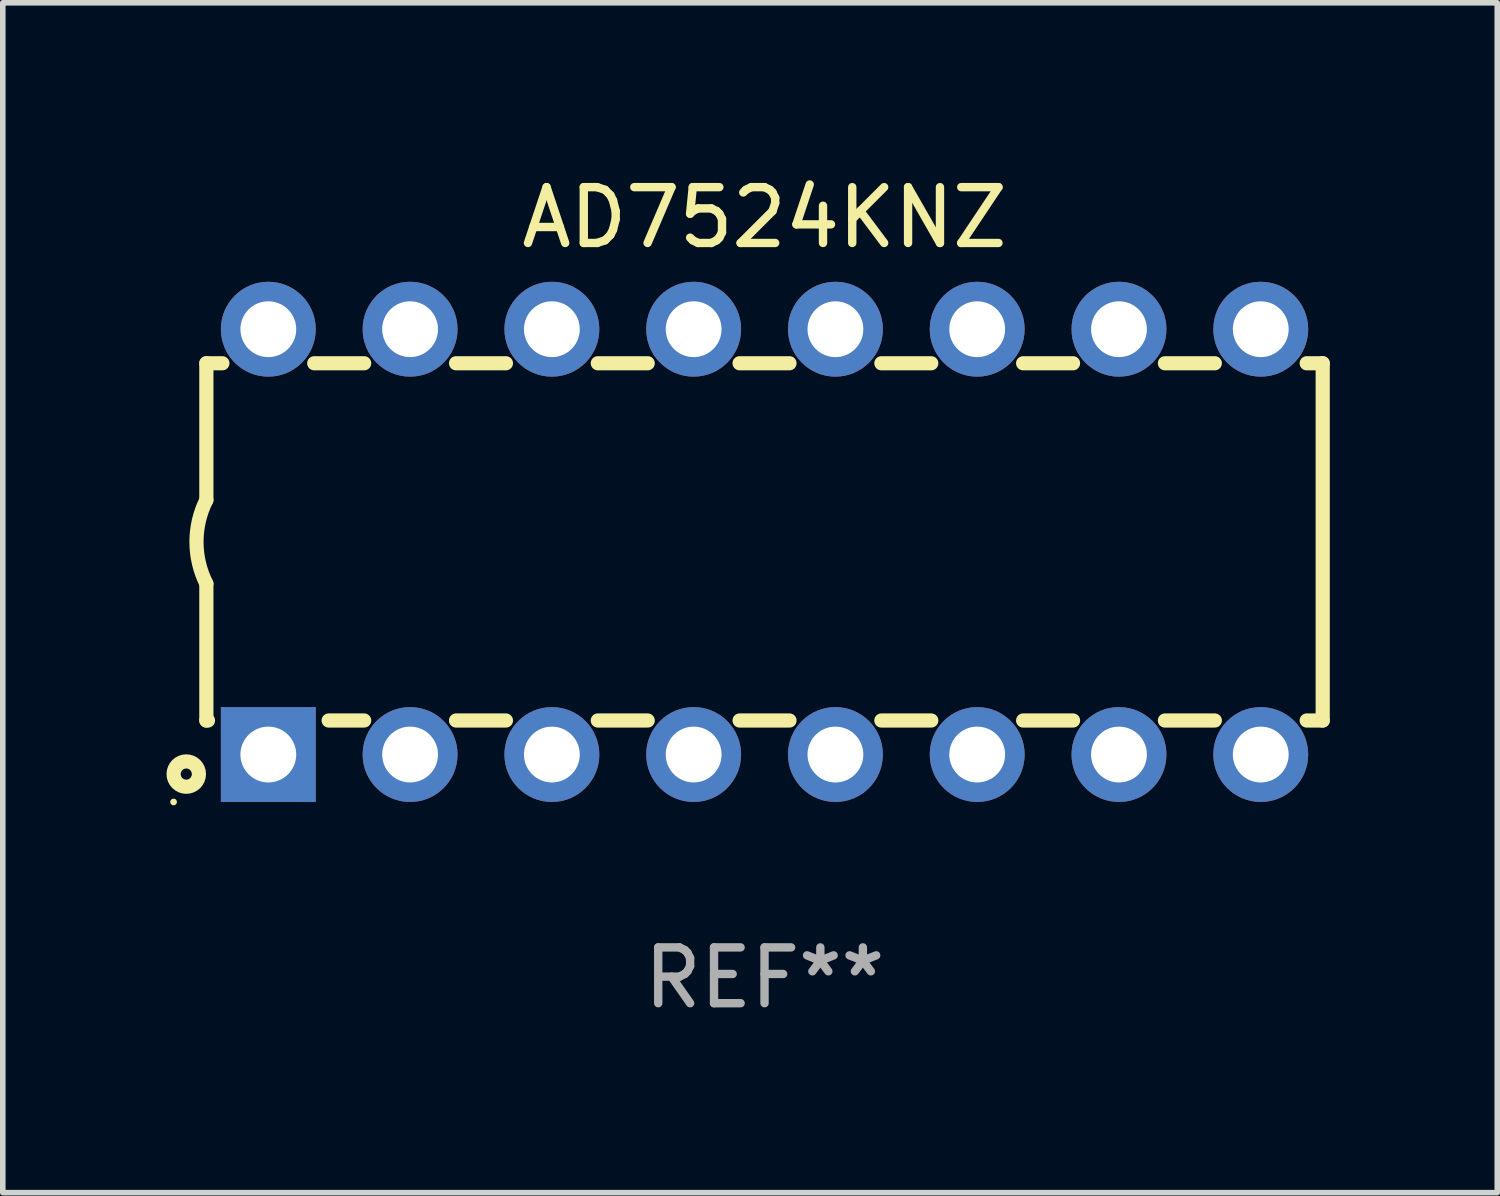
<source format=kicad_pcb>
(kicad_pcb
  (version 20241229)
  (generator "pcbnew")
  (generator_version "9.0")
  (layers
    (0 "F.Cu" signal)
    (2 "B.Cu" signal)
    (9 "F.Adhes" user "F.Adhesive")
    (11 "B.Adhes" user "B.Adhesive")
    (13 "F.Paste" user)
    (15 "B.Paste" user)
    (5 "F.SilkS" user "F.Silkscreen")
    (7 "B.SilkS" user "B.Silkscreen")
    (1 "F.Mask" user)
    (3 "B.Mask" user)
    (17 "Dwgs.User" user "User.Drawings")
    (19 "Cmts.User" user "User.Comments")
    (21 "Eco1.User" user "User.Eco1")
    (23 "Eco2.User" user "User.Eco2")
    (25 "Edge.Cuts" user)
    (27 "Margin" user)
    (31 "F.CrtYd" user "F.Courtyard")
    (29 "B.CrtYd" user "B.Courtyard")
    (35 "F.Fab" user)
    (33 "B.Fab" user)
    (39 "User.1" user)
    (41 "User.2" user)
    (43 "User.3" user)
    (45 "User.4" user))
  (footprint "AD7524KNZ"
    (layer "F.Cu")
    (at 10.647 6.658)
    (property "Reference" "AD7524KNZ" (at 0 -5.81 0) (layer "F.SilkS") (effects (font (size 1 1) (thickness 0.15))))
    (attr through_hole)
    (fp_line (start -10 -3.2) (end -10 -0.75) (stroke (width 0.254) (type solid)) (layer "F.SilkS"))
    (fp_line (start -10 -3.2) (end -9.713 -3.2) (stroke (width 0.254) (type solid)) (layer "F.SilkS"))
    (fp_line (start -10 3.2) (end -10 0.75) (stroke (width 0.254) (type solid)) (layer "F.SilkS"))
    (fp_line (start -10 3.2) (end -9.971 3.2) (stroke (width 0.254) (type solid)) (layer "F.SilkS"))
    (fp_line (start -8.067 -3.2) (end -7.173 -3.2) (stroke (width 0.254) (type solid)) (layer "F.SilkS"))
    (fp_line (start -7.809 3.2) (end -7.173 3.2) (stroke (width 0.254) (type solid)) (layer "F.SilkS"))
    (fp_line (start -5.527 3.2) (end -4.633 3.2) (stroke (width 0.254) (type solid)) (layer "F.SilkS"))
    (fp_line (start -5.527 -3.2) (end -4.633 -3.2) (stroke (width 0.254) (type solid)) (layer "F.SilkS"))
    (fp_line (start -2.987 3.2) (end -2.093 3.2) (stroke (width 0.254) (type solid)) (layer "F.SilkS"))
    (fp_line (start -2.987 -3.2) (end -2.093 -3.2) (stroke (width 0.254) (type solid)) (layer "F.SilkS"))
    (fp_line (start -0.447 3.2) (end 0.447 3.2) (stroke (width 0.254) (type solid)) (layer "F.SilkS"))
    (fp_line (start -0.447 -3.2) (end 0.447 -3.2) (stroke (width 0.254) (type solid)) (layer "F.SilkS"))
    (fp_line (start 2.093 3.2) (end 2.987 3.2) (stroke (width 0.254) (type solid)) (layer "F.SilkS"))
    (fp_line (start 2.093 -3.2) (end 2.987 -3.2) (stroke (width 0.254) (type solid)) (layer "F.SilkS"))
    (fp_line (start 4.633 3.2) (end 5.527 3.2) (stroke (width 0.254) (type solid)) (layer "F.SilkS"))
    (fp_line (start 4.633 -3.2) (end 5.527 -3.2) (stroke (width 0.254) (type solid)) (layer "F.SilkS"))
    (fp_line (start 7.173 3.2) (end 8.067 3.2) (stroke (width 0.254) (type solid)) (layer "F.SilkS"))
    (fp_line (start 7.173 -3.2) (end 8.067 -3.2) (stroke (width 0.254) (type solid)) (layer "F.SilkS"))
    (fp_line (start 9.713 3.2) (end 10 3.2) (stroke (width 0.254) (type solid)) (layer "F.SilkS"))
    (fp_line (start 9.713 -3.2) (end 10 -3.2) (stroke (width 0.254) (type solid)) (layer "F.SilkS"))
    (fp_line (start 10 -3.2) (end 10 3.2) (stroke (width 0.254) (type solid)) (layer "F.SilkS"))
    (fp_arc (start -10 0.748793) (mid -10.176918 -0.000607) (end -10.000025 -0.750013) (stroke (width 0.254001) (type solid)) (layer "F.SilkS"))
    (fp_circle (center -10.587 4.66) (end -10.557 4.66) (stroke (width 0.06) (type solid)) (fill no) (layer "F.SilkS"))
    (fp_circle (center -10.36 4.16) (end -10.26 4.16) (stroke (width 0.254) (type solid)) (fill no) (layer "F.SilkS"))
    (fp_text user "REF**" (at 0 7.81 0) (layer "F.Fab") (effects (font (size 1 1) (thickness 0.15))))
    (pad "1" thru_hole rect (at -8.89 3.81 90) (size 1.7 1.7) (drill 1) (layers "*.Cu" "*.Mask"))
    (pad "2" thru_hole circle (at -6.35 3.81) (size 1.7 1.7) (drill 1) (layers "*.Cu" "*.Mask"))
    (pad "3" thru_hole circle (at -3.81 3.81) (size 1.7 1.7) (drill 1) (layers "*.Cu" "*.Mask"))
    (pad "4" thru_hole circle (at -1.27 3.81) (size 1.7 1.7) (drill 1) (layers "*.Cu" "*.Mask"))
    (pad "5" thru_hole circle (at 1.27 3.81) (size 1.7 1.7) (drill 1) (layers "*.Cu" "*.Mask"))
    (pad "6" thru_hole circle (at 3.81 3.81) (size 1.7 1.7) (drill 1) (layers "*.Cu" "*.Mask"))
    (pad "7" thru_hole circle (at 6.35 3.81) (size 1.7 1.7) (drill 1) (layers "*.Cu" "*.Mask"))
    (pad "8" thru_hole circle (at 8.89 3.81) (size 1.7 1.7) (drill 1) (layers "*.Cu" "*.Mask"))
    (pad "9" thru_hole circle (at 8.89 -3.81) (size 1.7 1.7) (drill 1) (layers "*.Cu" "*.Mask"))
    (pad "10" thru_hole circle (at 6.35 -3.81) (size 1.7 1.7) (drill 1) (layers "*.Cu" "*.Mask"))
    (pad "11" thru_hole circle (at 3.81 -3.81) (size 1.7 1.7) (drill 1) (layers "*.Cu" "*.Mask"))
    (pad "12" thru_hole circle (at 1.27 -3.81) (size 1.7 1.7) (drill 1) (layers "*.Cu" "*.Mask"))
    (pad "13" thru_hole circle (at -1.27 -3.81) (size 1.7 1.7) (drill 1) (layers "*.Cu" "*.Mask"))
    (pad "14" thru_hole circle (at -3.81 -3.81) (size 1.7 1.7) (drill 1) (layers "*.Cu" "*.Mask"))
    (pad "15" thru_hole circle (at -6.35 -3.81) (size 1.7 1.7) (drill 1) (layers "*.Cu" "*.Mask"))
    (pad "16" thru_hole circle (at -8.89 -3.81) (size 1.7 1.7) (drill 1) (layers "*.Cu" "*.Mask")))
  (gr_rect
    (start -3 -3)
    (end 23.774 18.317)
    (stroke (width 0.1) (type default))
    (fill no)
    (layer "Edge.Cuts")))
</source>
